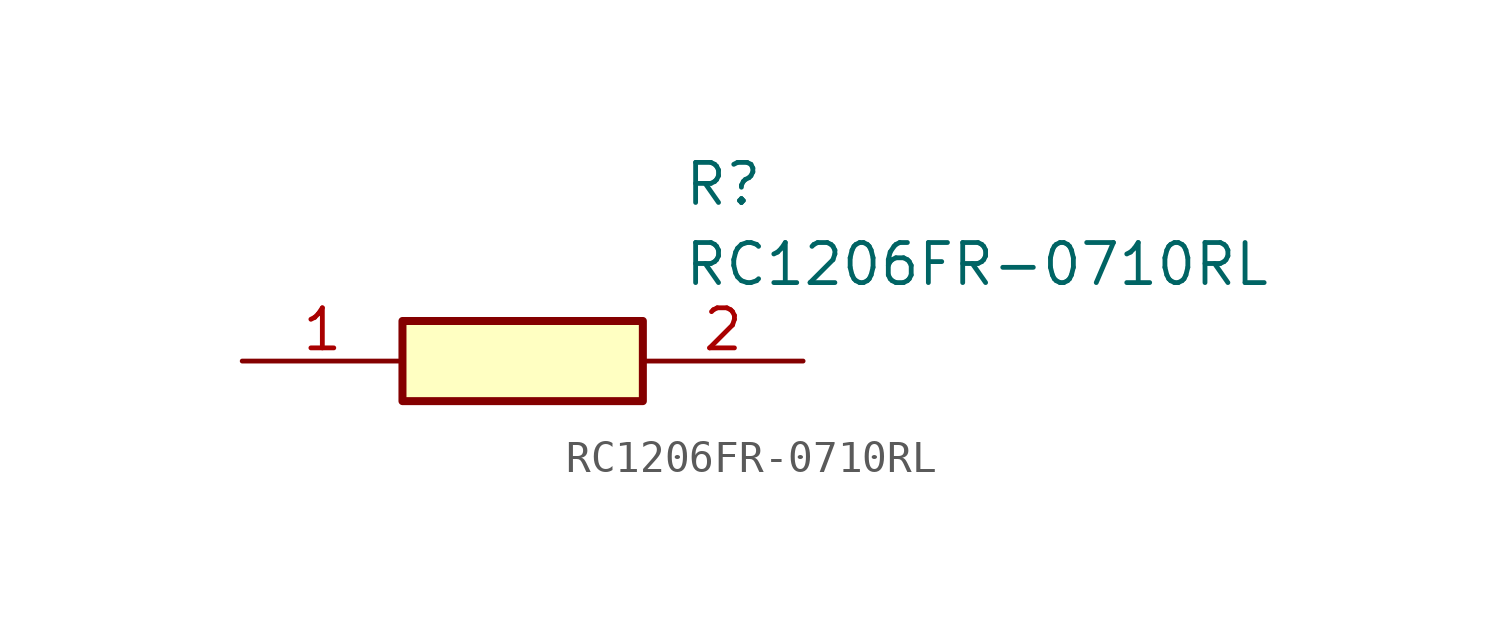
<source format=kicad_sym>
(kicad_symbol_lib
  (version 20211014)
  (generator SamacSys_ECAD_Model)
  (symbol "RC1206FR-0710RL"
    (pin_names hide)
    (property "Reference" "R"
      (at 13.97 6.35 0)
      (effects (font (size 1.27 1.27)) (justify left top)))
    (property "Value" "RC1206FR-0710RL"
      (at 13.97 3.81 0)
      (effects (font (size 1.27 1.27)) (justify left top)))
    (rectangle
      (start 5.08 1.27)
      (end 12.7 -1.27)
      (stroke (width 0.254) (type default))
      (fill (type background)))
    (pin passive line
      (at 0 0 0)
      (length 5.08)
      (name "1" (effects (font (size 1.27 1.27))))
      (number "1" (effects (font (size 1.27 1.27)))))
    (pin passive line
      (at 17.78 0 180)
      (length 5.08)
      (name "2" (effects (font (size 1.27 1.27))))
      (number "2" (effects (font (size 1.27 1.27)))))))
</source>
